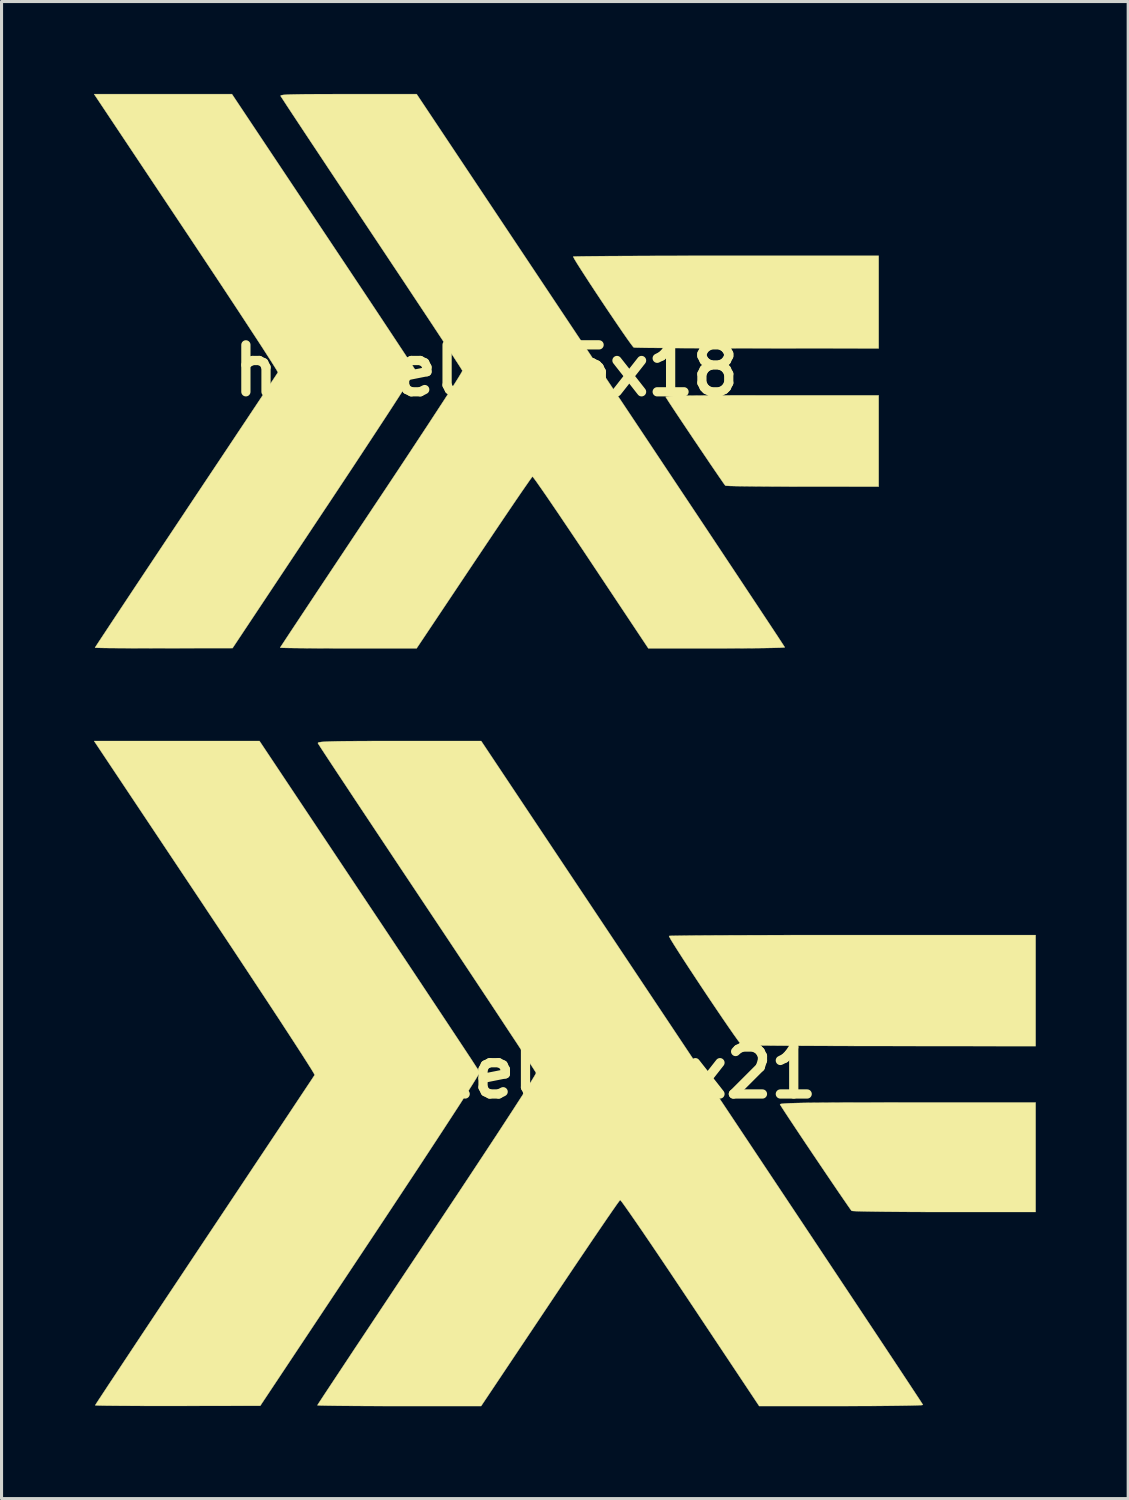
<source format=kicad_pcb>
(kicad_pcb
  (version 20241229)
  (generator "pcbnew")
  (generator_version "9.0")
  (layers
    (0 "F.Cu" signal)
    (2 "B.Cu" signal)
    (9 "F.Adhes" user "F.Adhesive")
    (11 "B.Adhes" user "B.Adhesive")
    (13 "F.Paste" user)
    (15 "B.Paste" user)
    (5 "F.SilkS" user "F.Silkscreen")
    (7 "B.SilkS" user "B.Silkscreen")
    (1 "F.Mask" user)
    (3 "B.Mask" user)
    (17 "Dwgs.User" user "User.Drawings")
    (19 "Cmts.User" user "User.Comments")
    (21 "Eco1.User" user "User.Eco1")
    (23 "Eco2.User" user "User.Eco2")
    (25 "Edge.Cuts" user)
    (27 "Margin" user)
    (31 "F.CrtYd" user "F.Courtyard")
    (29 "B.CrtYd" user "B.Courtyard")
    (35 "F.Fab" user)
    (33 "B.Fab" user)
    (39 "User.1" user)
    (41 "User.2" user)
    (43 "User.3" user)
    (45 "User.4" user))
  (footprint "haskell_30x21"
    (layer "F.Cu")
    (at 15.28 31.776)
    (property "Reference" "haskell_30x21" (at 0 0 0) (layer "F.SilkS") (effects (font (size 1.524 1.524) (thickness 0.3))))
    (attr through_hole)
    (fp_poly (pts (xy 15.291 4.521) (xy 12.332 4.52) (xy 11.792 4.52) (xy 11.282 4.518) (xy 10.811 4.515) (xy 10.388 4.511) (xy 10.023 4.506) (xy 9.724 4.501) (xy 9.5 4.495) (xy 9.361 4.488) (xy 9.317 4.482) (xy 9.281 4.436) (xy 9.197 4.316) (xy 9.071 4.133) (xy 8.91 3.899) (xy 8.723 3.623) (xy 8.516 3.318) (xy 8.297 2.993) (xy 8.073 2.661) (xy 7.851 2.331) (xy 7.639 2.014) (xy 7.445 1.722) (xy 7.275 1.466) (xy 7.137 1.256) (xy 7.038 1.103) (xy 6.992 1.029) (xy 7.003 1.017) (xy 7.055 1.007) (xy 7.154 0.998) (xy 7.305 0.99) (xy 7.513 0.984) (xy 7.784 0.978) (xy 8.123 0.974) (xy 8.536 0.971) (xy 9.029 0.968) (xy 9.606 0.967) (xy 10.273 0.966) (xy 11.036 0.965) (xy 11.122 0.965) (xy 15.291 0.965) (xy 15.291 4.521)) (stroke (width 0.01) (type solid)) (fill yes) (layer "F.SilkS"))
    (fp_poly (pts (xy 15.291 -0.864) (xy 10.554 -0.868) (xy 9.868 -0.868) (xy 9.21 -0.87) (xy 8.588 -0.872) (xy 8.009 -0.874) (xy 7.48 -0.877) (xy 7.008 -0.879) (xy 6.6 -0.883) (xy 6.263 -0.886) (xy 6.005 -0.89) (xy 5.833 -0.894) (xy 5.754 -0.898) (xy 5.75 -0.898) (xy 5.707 -0.945) (xy 5.617 -1.065) (xy 5.486 -1.248) (xy 5.323 -1.483) (xy 5.134 -1.758) (xy 4.927 -2.064) (xy 4.708 -2.389) (xy 4.484 -2.724) (xy 4.264 -3.057) (xy 4.053 -3.377) (xy 3.859 -3.674) (xy 3.69 -3.937) (xy 3.551 -4.156) (xy 3.451 -4.319) (xy 3.397 -4.417) (xy 3.39 -4.44) (xy 3.444 -4.444) (xy 3.593 -4.447) (xy 3.831 -4.451) (xy 4.151 -4.455) (xy 4.548 -4.458) (xy 5.015 -4.461) (xy 5.545 -4.463) (xy 6.133 -4.465) (xy 6.771 -4.467) (xy 7.454 -4.469) (xy 8.176 -4.47) (xy 8.929 -4.47) (xy 9.356 -4.47) (xy 15.291 -4.47) (xy 15.291 -0.864)) (stroke (width 0.01) (type solid)) (fill yes) (layer "F.SilkS"))
    (fp_poly (pts (xy -6.347 -5.43) (xy -5.903 -4.765) (xy -5.475 -4.122) (xy -5.065 -3.506) (xy -4.678 -2.924) (xy -4.317 -2.38) (xy -3.985 -1.88) (xy -3.685 -1.428) (xy -3.421 -1.029) (xy -3.196 -0.689) (xy -3.014 -0.413) (xy -2.879 -0.205) (xy -2.792 -0.072) (xy -2.759 -0.018) (xy -2.759 -0.018) (xy -2.782 0.035) (xy -2.861 0.168) (xy -2.991 0.378) (xy -3.171 0.662) (xy -3.398 1.017) (xy -3.671 1.437) (xy -3.987 1.922) (xy -4.343 2.465) (xy -4.737 3.065) (xy -5.168 3.717) (xy -5.632 4.419) (xy -6.127 5.166) (xy -6.305 5.434) (xy -9.881 10.812) (xy -12.56 10.816) (xy -13.071 10.816) (xy -13.551 10.816) (xy -13.988 10.814) (xy -14.376 10.812) (xy -14.703 10.809) (xy -14.96 10.806) (xy -15.139 10.802) (xy -15.23 10.797) (xy -15.24 10.795) (xy -15.212 10.75) (xy -15.132 10.626) (xy -15.001 10.428) (xy -14.825 10.16) (xy -14.605 9.828) (xy -14.346 9.437) (xy -14.051 8.992) (xy -13.723 8.497) (xy -13.365 7.959) (xy -12.982 7.382) (xy -12.575 6.772) (xy -12.149 6.132) (xy -11.708 5.469) (xy -11.694 5.448) (xy -11.251 4.784) (xy -10.823 4.142) (xy -10.415 3.529) (xy -10.029 2.949) (xy -9.668 2.408) (xy -9.336 1.91) (xy -9.037 1.461) (xy -8.774 1.065) (xy -8.55 0.728) (xy -8.369 0.456) (xy -8.233 0.252) (xy -8.148 0.123) (xy -8.115 0.072) (xy -8.115 0.072) (xy -8.138 0.024) (xy -8.215 -0.104) (xy -8.342 -0.305) (xy -8.515 -0.577) (xy -8.732 -0.912) (xy -8.988 -1.306) (xy -9.281 -1.755) (xy -9.608 -2.252) (xy -9.965 -2.793) (xy -10.348 -3.373) (xy -10.754 -3.987) (xy -11.181 -4.629) (xy -11.625 -5.295) (xy -11.678 -5.376) (xy -15.275 -10.77) (xy -9.906 -10.77) (xy -6.347 -5.43)) (stroke (width 0.01) (type solid)) (fill yes) (layer "F.SilkS"))
    (fp_poly (pts (xy 4.462 -0.013) (xy 5.094 0.935) (xy 5.711 1.861) (xy 6.311 2.762) (xy 6.891 3.633) (xy 7.449 4.471) (xy 7.983 5.273) (xy 8.489 6.035) (xy 8.967 6.754) (xy 9.414 7.426) (xy 9.826 8.047) (xy 10.203 8.614) (xy 10.541 9.124) (xy 10.838 9.572) (xy 11.091 9.955) (xy 11.299 10.27) (xy 11.459 10.513) (xy 11.569 10.68) (xy 11.625 10.769) (xy 11.633 10.782) (xy 11.584 10.79) (xy 11.443 10.797) (xy 11.218 10.803) (xy 10.921 10.808) (xy 10.559 10.813) (xy 10.143 10.817) (xy 9.681 10.819) (xy 9.184 10.82) (xy 8.974 10.82) (xy 6.316 10.82) (xy 4.085 7.469) (xy 3.735 6.945) (xy 3.401 6.446) (xy 3.087 5.979) (xy 2.797 5.55) (xy 2.536 5.166) (xy 2.307 4.833) (xy 2.116 4.557) (xy 1.966 4.344) (xy 1.863 4.201) (xy 1.809 4.135) (xy 1.803 4.131) (xy 1.768 4.174) (xy 1.68 4.295) (xy 1.545 4.489) (xy 1.367 4.747) (xy 1.15 5.065) (xy 0.898 5.435) (xy 0.617 5.851) (xy 0.309 6.307) (xy -0.02 6.797) (xy -0.365 7.313) (xy -0.478 7.482) (xy -2.71 10.82) (xy -5.368 10.82) (xy -5.877 10.82) (xy -6.354 10.819) (xy -6.79 10.816) (xy -7.175 10.814) (xy -7.499 10.81) (xy -7.754 10.806) (xy -7.93 10.802) (xy -8.018 10.797) (xy -8.026 10.795) (xy -7.999 10.75) (xy -7.918 10.626) (xy -7.788 10.428) (xy -7.611 10.16) (xy -7.391 9.828) (xy -7.132 9.437) (xy -6.837 8.991) (xy -6.508 8.497) (xy -6.15 7.958) (xy -5.766 7.381) (xy -5.36 6.77) (xy -4.933 6.13) (xy -4.491 5.466) (xy -4.466 5.429) (xy -3.954 4.66) (xy -3.474 3.938) (xy -3.029 3.266) (xy -2.62 2.646) (xy -2.25 2.084) (xy -1.921 1.581) (xy -1.635 1.141) (xy -1.394 0.768) (xy -1.201 0.465) (xy -1.058 0.236) (xy -0.966 0.083) (xy -0.928 0.01) (xy -0.928 0.005) (xy -0.958 -0.047) (xy -1.042 -0.178) (xy -1.175 -0.384) (xy -1.354 -0.658) (xy -1.576 -0.997) (xy -1.838 -1.393) (xy -2.135 -1.844) (xy -2.465 -2.343) (xy -2.824 -2.884) (xy -3.209 -3.464) (xy -3.616 -4.077) (xy -4.042 -4.717) (xy -4.466 -5.353) (xy -4.907 -6.015) (xy -5.333 -6.654) (xy -5.739 -7.265) (xy -6.123 -7.842) (xy -6.482 -8.382) (xy -6.811 -8.877) (xy -7.107 -9.325) (xy -7.368 -9.718) (xy -7.589 -10.053) (xy -7.767 -10.323) (xy -7.899 -10.525) (xy -7.981 -10.652) (xy -8.01 -10.699) (xy -8.004 -10.715) (xy -7.967 -10.728) (xy -7.892 -10.739) (xy -7.772 -10.748) (xy -7.599 -10.755) (xy -7.365 -10.761) (xy -7.063 -10.765) (xy -6.686 -10.767) (xy -6.225 -10.769) (xy -5.674 -10.77) (xy -5.373 -10.77) (xy -2.709 -10.77) (xy 4.462 -0.013)) (stroke (width 0.01) (type solid)) (fill yes) (layer "F.SilkS")))
  (footprint "haskell_25x18"
    (layer "F.Cu")
    (at 12.734 8.98)
    (property "Reference" "haskell_25x18" (at 0 0 0) (layer "F.SilkS") (effects (font (size 1.524 1.524) (thickness 0.3))))
    (attr through_hole)
    (fp_poly (pts (xy 12.742 3.768) (xy 10.276 3.767) (xy 9.827 3.766) (xy 9.402 3.765) (xy 9.009 3.762) (xy 8.657 3.759) (xy 8.352 3.755) (xy 8.103 3.751) (xy 7.917 3.746) (xy 7.801 3.74) (xy 7.764 3.735) (xy 7.734 3.697) (xy 7.664 3.597) (xy 7.559 3.445) (xy 7.425 3.249) (xy 7.269 3.02) (xy 7.097 2.765) (xy 6.914 2.494) (xy 6.727 2.217) (xy 6.543 1.942) (xy 6.366 1.678) (xy 6.204 1.435) (xy 6.062 1.221) (xy 5.947 1.046) (xy 5.865 0.919) (xy 5.826 0.857) (xy 5.836 0.847) (xy 5.879 0.839) (xy 5.962 0.831) (xy 6.087 0.825) (xy 6.261 0.82) (xy 6.487 0.815) (xy 6.769 0.812) (xy 7.114 0.809) (xy 7.524 0.807) (xy 8.005 0.805) (xy 8.561 0.805) (xy 9.196 0.804) (xy 9.269 0.804) (xy 12.742 0.804) (xy 12.742 3.768)) (stroke (width 0.01) (type solid)) (fill yes) (layer "F.SilkS"))
    (fp_poly (pts (xy 12.742 -0.72) (xy 8.795 -0.723) (xy 8.223 -0.724) (xy 7.675 -0.725) (xy 7.157 -0.726) (xy 6.674 -0.728) (xy 6.233 -0.73) (xy 5.84 -0.733) (xy 5.5 -0.736) (xy 5.219 -0.738) (xy 5.004 -0.742) (xy 4.861 -0.745) (xy 4.795 -0.748) (xy 4.792 -0.749) (xy 4.756 -0.788) (xy 4.681 -0.888) (xy 4.572 -1.04) (xy 4.436 -1.235) (xy 4.279 -1.465) (xy 4.106 -1.72) (xy 3.923 -1.991) (xy 3.737 -2.27) (xy 3.553 -2.547) (xy 3.377 -2.814) (xy 3.216 -3.062) (xy 3.075 -3.281) (xy 2.959 -3.463) (xy 2.876 -3.599) (xy 2.831 -3.681) (xy 2.825 -3.7) (xy 2.87 -3.703) (xy 2.994 -3.706) (xy 3.192 -3.709) (xy 3.459 -3.712) (xy 3.79 -3.715) (xy 4.179 -3.717) (xy 4.621 -3.719) (xy 5.111 -3.721) (xy 5.643 -3.723) (xy 6.212 -3.724) (xy 6.813 -3.725) (xy 7.441 -3.725) (xy 7.796 -3.725) (xy 12.742 -3.725) (xy 12.742 -0.72)) (stroke (width 0.01) (type solid)) (fill yes) (layer "F.SilkS"))
    (fp_poly (pts (xy -5.289 -4.525) (xy -4.919 -3.97) (xy -4.562 -3.435) (xy -4.221 -2.922) (xy -3.898 -2.437) (xy -3.597 -1.984) (xy -3.32 -1.566) (xy -3.071 -1.19) (xy -2.851 -0.857) (xy -2.664 -0.574) (xy -2.512 -0.344) (xy -2.399 -0.171) (xy -2.327 -0.06) (xy -2.299 -0.015) (xy -2.299 -0.015) (xy -2.319 0.029) (xy -2.384 0.14) (xy -2.492 0.315) (xy -2.642 0.552) (xy -2.832 0.847) (xy -3.059 1.198) (xy -3.322 1.601) (xy -3.619 2.054) (xy -3.948 2.554) (xy -4.306 3.098) (xy -4.693 3.682) (xy -5.106 4.305) (xy -5.255 4.528) (xy -8.234 9.01) (xy -10.467 9.013) (xy -10.893 9.014) (xy -11.292 9.013) (xy -11.657 9.012) (xy -11.98 9.01) (xy -12.252 9.008) (xy -12.467 9.005) (xy -12.616 9.001) (xy -12.692 8.997) (xy -12.7 8.996) (xy -12.677 8.958) (xy -12.61 8.855) (xy -12.501 8.69) (xy -12.354 8.467) (xy -12.171 8.19) (xy -11.955 7.864) (xy -11.709 7.493) (xy -11.436 7.081) (xy -11.138 6.633) (xy -10.818 6.152) (xy -10.479 5.643) (xy -10.124 5.11) (xy -9.756 4.558) (xy -9.745 4.54) (xy -9.376 3.986) (xy -9.02 3.452) (xy -8.679 2.941) (xy -8.357 2.458) (xy -8.057 2.007) (xy -7.78 1.592) (xy -7.531 1.217) (xy -7.312 0.888) (xy -7.125 0.607) (xy -6.974 0.38) (xy -6.861 0.21) (xy -6.79 0.102) (xy -6.762 0.06) (xy -6.762 0.06) (xy -6.782 0.02) (xy -6.846 -0.086) (xy -6.952 -0.255) (xy -7.096 -0.48) (xy -7.276 -0.76) (xy -7.49 -1.088) (xy -7.735 -1.462) (xy -8.007 -1.877) (xy -8.304 -2.328) (xy -8.623 -2.811) (xy -8.962 -3.322) (xy -9.318 -3.858) (xy -9.687 -4.413) (xy -9.732 -4.48) (xy -12.729 -8.975) (xy -8.255 -8.975) (xy -5.289 -4.525)) (stroke (width 0.01) (type solid)) (fill yes) (layer "F.SilkS"))
    (fp_poly (pts (xy 3.718 -0.01) (xy 4.245 0.78) (xy 4.759 1.551) (xy 5.259 2.301) (xy 5.742 3.027) (xy 6.207 3.726) (xy 6.652 4.394) (xy 7.075 5.029) (xy 7.473 5.628) (xy 7.845 6.188) (xy 8.189 6.706) (xy 8.502 7.178) (xy 8.784 7.603) (xy 9.031 7.976) (xy 9.243 8.296) (xy 9.416 8.558) (xy 9.549 8.761) (xy 9.64 8.9) (xy 9.688 8.974) (xy 9.694 8.985) (xy 9.653 8.991) (xy 9.535 8.997) (xy 9.349 9.002) (xy 9.101 9.007) (xy 8.799 9.011) (xy 8.452 9.014) (xy 8.068 9.016) (xy 7.654 9.017) (xy 7.479 9.017) (xy 5.263 9.017) (xy 3.404 6.224) (xy 3.113 5.787) (xy 2.834 5.372) (xy 2.572 4.983) (xy 2.331 4.625) (xy 2.113 4.305) (xy 1.923 4.027) (xy 1.763 3.797) (xy 1.639 3.62) (xy 1.552 3.501) (xy 1.508 3.446) (xy 1.503 3.442) (xy 1.473 3.478) (xy 1.4 3.58) (xy 1.288 3.741) (xy 1.139 3.956) (xy 0.958 4.221) (xy 0.749 4.529) (xy 0.514 4.876) (xy 0.258 5.256) (xy -0.016 5.664) (xy -0.304 6.094) (xy -0.399 6.235) (xy -2.258 9.017) (xy -4.473 9.017) (xy -4.897 9.017) (xy -5.295 9.015) (xy -5.658 9.014) (xy -5.979 9.011) (xy -6.249 9.008) (xy -6.462 9.005) (xy -6.609 9.001) (xy -6.682 8.997) (xy -6.689 8.996) (xy -6.666 8.958) (xy -6.598 8.855) (xy -6.49 8.69) (xy -6.343 8.467) (xy -6.159 8.19) (xy -5.943 7.864) (xy -5.697 7.493) (xy -5.424 7.081) (xy -5.125 6.632) (xy -4.805 6.151) (xy -4.466 5.642) (xy -4.111 5.108) (xy -3.742 4.555) (xy -3.722 4.524) (xy -3.295 3.884) (xy -2.895 3.282) (xy -2.524 2.721) (xy -2.184 2.205) (xy -1.875 1.736) (xy -1.601 1.317) (xy -1.362 0.951) (xy -1.162 0.64) (xy -1.001 0.388) (xy -0.881 0.196) (xy -0.805 0.069) (xy -0.774 0.009) (xy -0.773 0.004) (xy -0.799 -0.039) (xy -0.868 -0.149) (xy -0.979 -0.32) (xy -1.128 -0.549) (xy -1.313 -0.83) (xy -1.531 -1.161) (xy -1.779 -1.537) (xy -2.054 -1.952) (xy -2.354 -2.404) (xy -2.674 -2.887) (xy -3.014 -3.397) (xy -3.369 -3.931) (xy -3.722 -4.461) (xy -4.089 -5.012) (xy -4.444 -5.545) (xy -4.783 -6.054) (xy -5.103 -6.535) (xy -5.401 -6.985) (xy -5.676 -7.398) (xy -5.923 -7.771) (xy -6.14 -8.099) (xy -6.324 -8.377) (xy -6.473 -8.603) (xy -6.582 -8.771) (xy -6.651 -8.876) (xy -6.675 -8.915) (xy -6.67 -8.929) (xy -6.639 -8.94) (xy -6.577 -8.949) (xy -6.477 -8.957) (xy -6.332 -8.963) (xy -6.137 -8.967) (xy -5.886 -8.971) (xy -5.571 -8.973) (xy -5.188 -8.974) (xy -4.729 -8.975) (xy -4.478 -8.975) (xy -2.258 -8.975) (xy 3.718 -0.01)) (stroke (width 0.01) (type solid)) (fill yes) (layer "F.SilkS")))
  (gr_rect
    (start -3 -3)
    (end 33.576 45.602)
    (stroke (width 0.1) (type default))
    (fill no)
    (layer "Edge.Cuts")))
</source>
